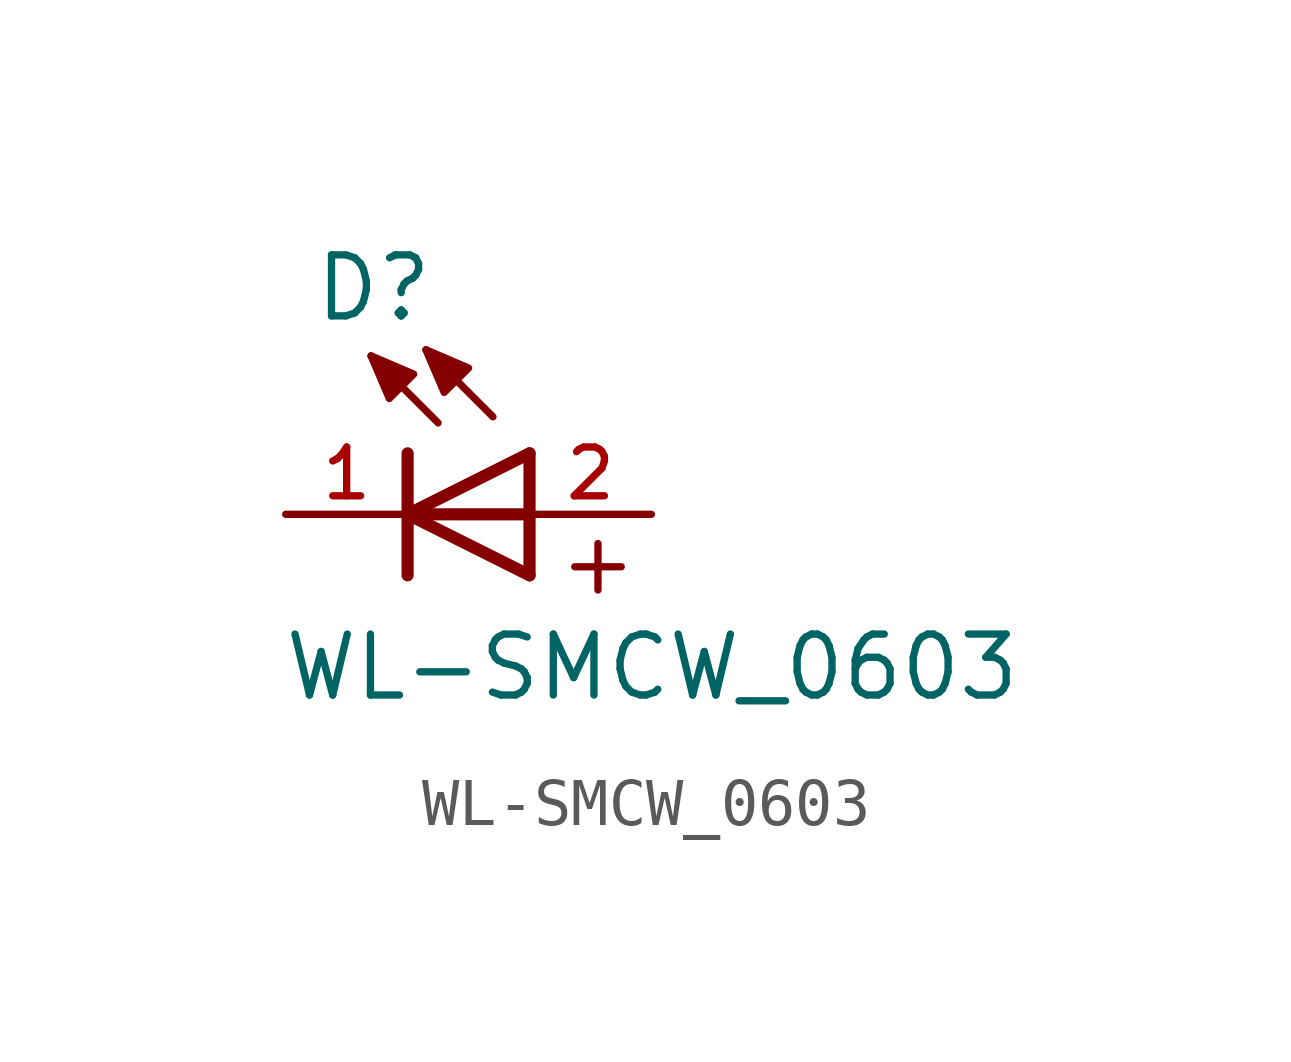
<source format=kicad_sym>
(kicad_symbol_lib
  (version 20211014)
  (generator kicad_symbol_editor)
  (symbol "WL-SMCW_0603"
    (pin_names
      (offset 1.016))
    (property "Reference" "D"
      (at -1.988 3.972 0)
      (effects (font (size 1.27 1.27)) (justify bottom left)))
    (property "Value" "WL-SMCW_0603"
      (at -2.628 -3.928 0)
      (effects (font (size 1.27 1.27)) (justify bottom left)))
    (symbol "WL-SMCW_0603_0_0"
      (text "+" (at 3.08 -1.74 0) (effects (font (size 1.27 1.27)) (justify bottom left)))
      (polyline (pts (xy 2.54 -1.27) (xy 0.0 0.0)) (stroke (width 0.254)))
      (polyline (pts (xy 0.0 0.0) (xy 2.54 1.27)) (stroke (width 0.254)))
      (polyline (pts (xy 0.0 -1.27) (xy 0.0 0.0)) (stroke (width 0.254)))
      (polyline (pts (xy 0.0 0.0) (xy 0.0 1.27)) (stroke (width 0.254)))
      (polyline (pts (xy 2.54 -1.27) (xy 2.54 0.0)) (stroke (width 0.254)))
      (polyline (pts (xy 2.54 0.0) (xy 2.54 1.27)) (stroke (width 0.254)))
      (polyline (pts (xy 1.778 2.032) (xy 0.381 3.429)) (stroke (width 0.152)))
      (polyline (pts (xy 0.635 1.905) (xy -0.762 3.302)) (stroke (width 0.152)))
      (polyline (pts (xy 0.0 0.0) (xy 2.54 0.0)) (stroke (width 0.254)))
      (polyline (pts (xy 0.381 3.429) (xy 1.27 3.048) (xy 0.762 2.54) (xy 0.381 3.429)) (stroke (width 0.152)) (fill (type outline)))
      (polyline (pts (xy -0.762 3.302) (xy 0.127 2.921) (xy -0.381 2.413) (xy -0.762 3.302)) (stroke (width 0.152)) (fill (type outline)))
      (pin passive line (at -2.54 0.0 0) (length 2.54) (name "~" (effects (font (size 1.016 1.016)))) (number "1" (effects (font (size 1.016 1.016)))))
      (pin passive line (at 5.08 0.0 180.0) (length 2.54) (name "~" (effects (font (size 1.016 1.016)))) (number "2" (effects (font (size 1.016 1.016))))))))
</source>
